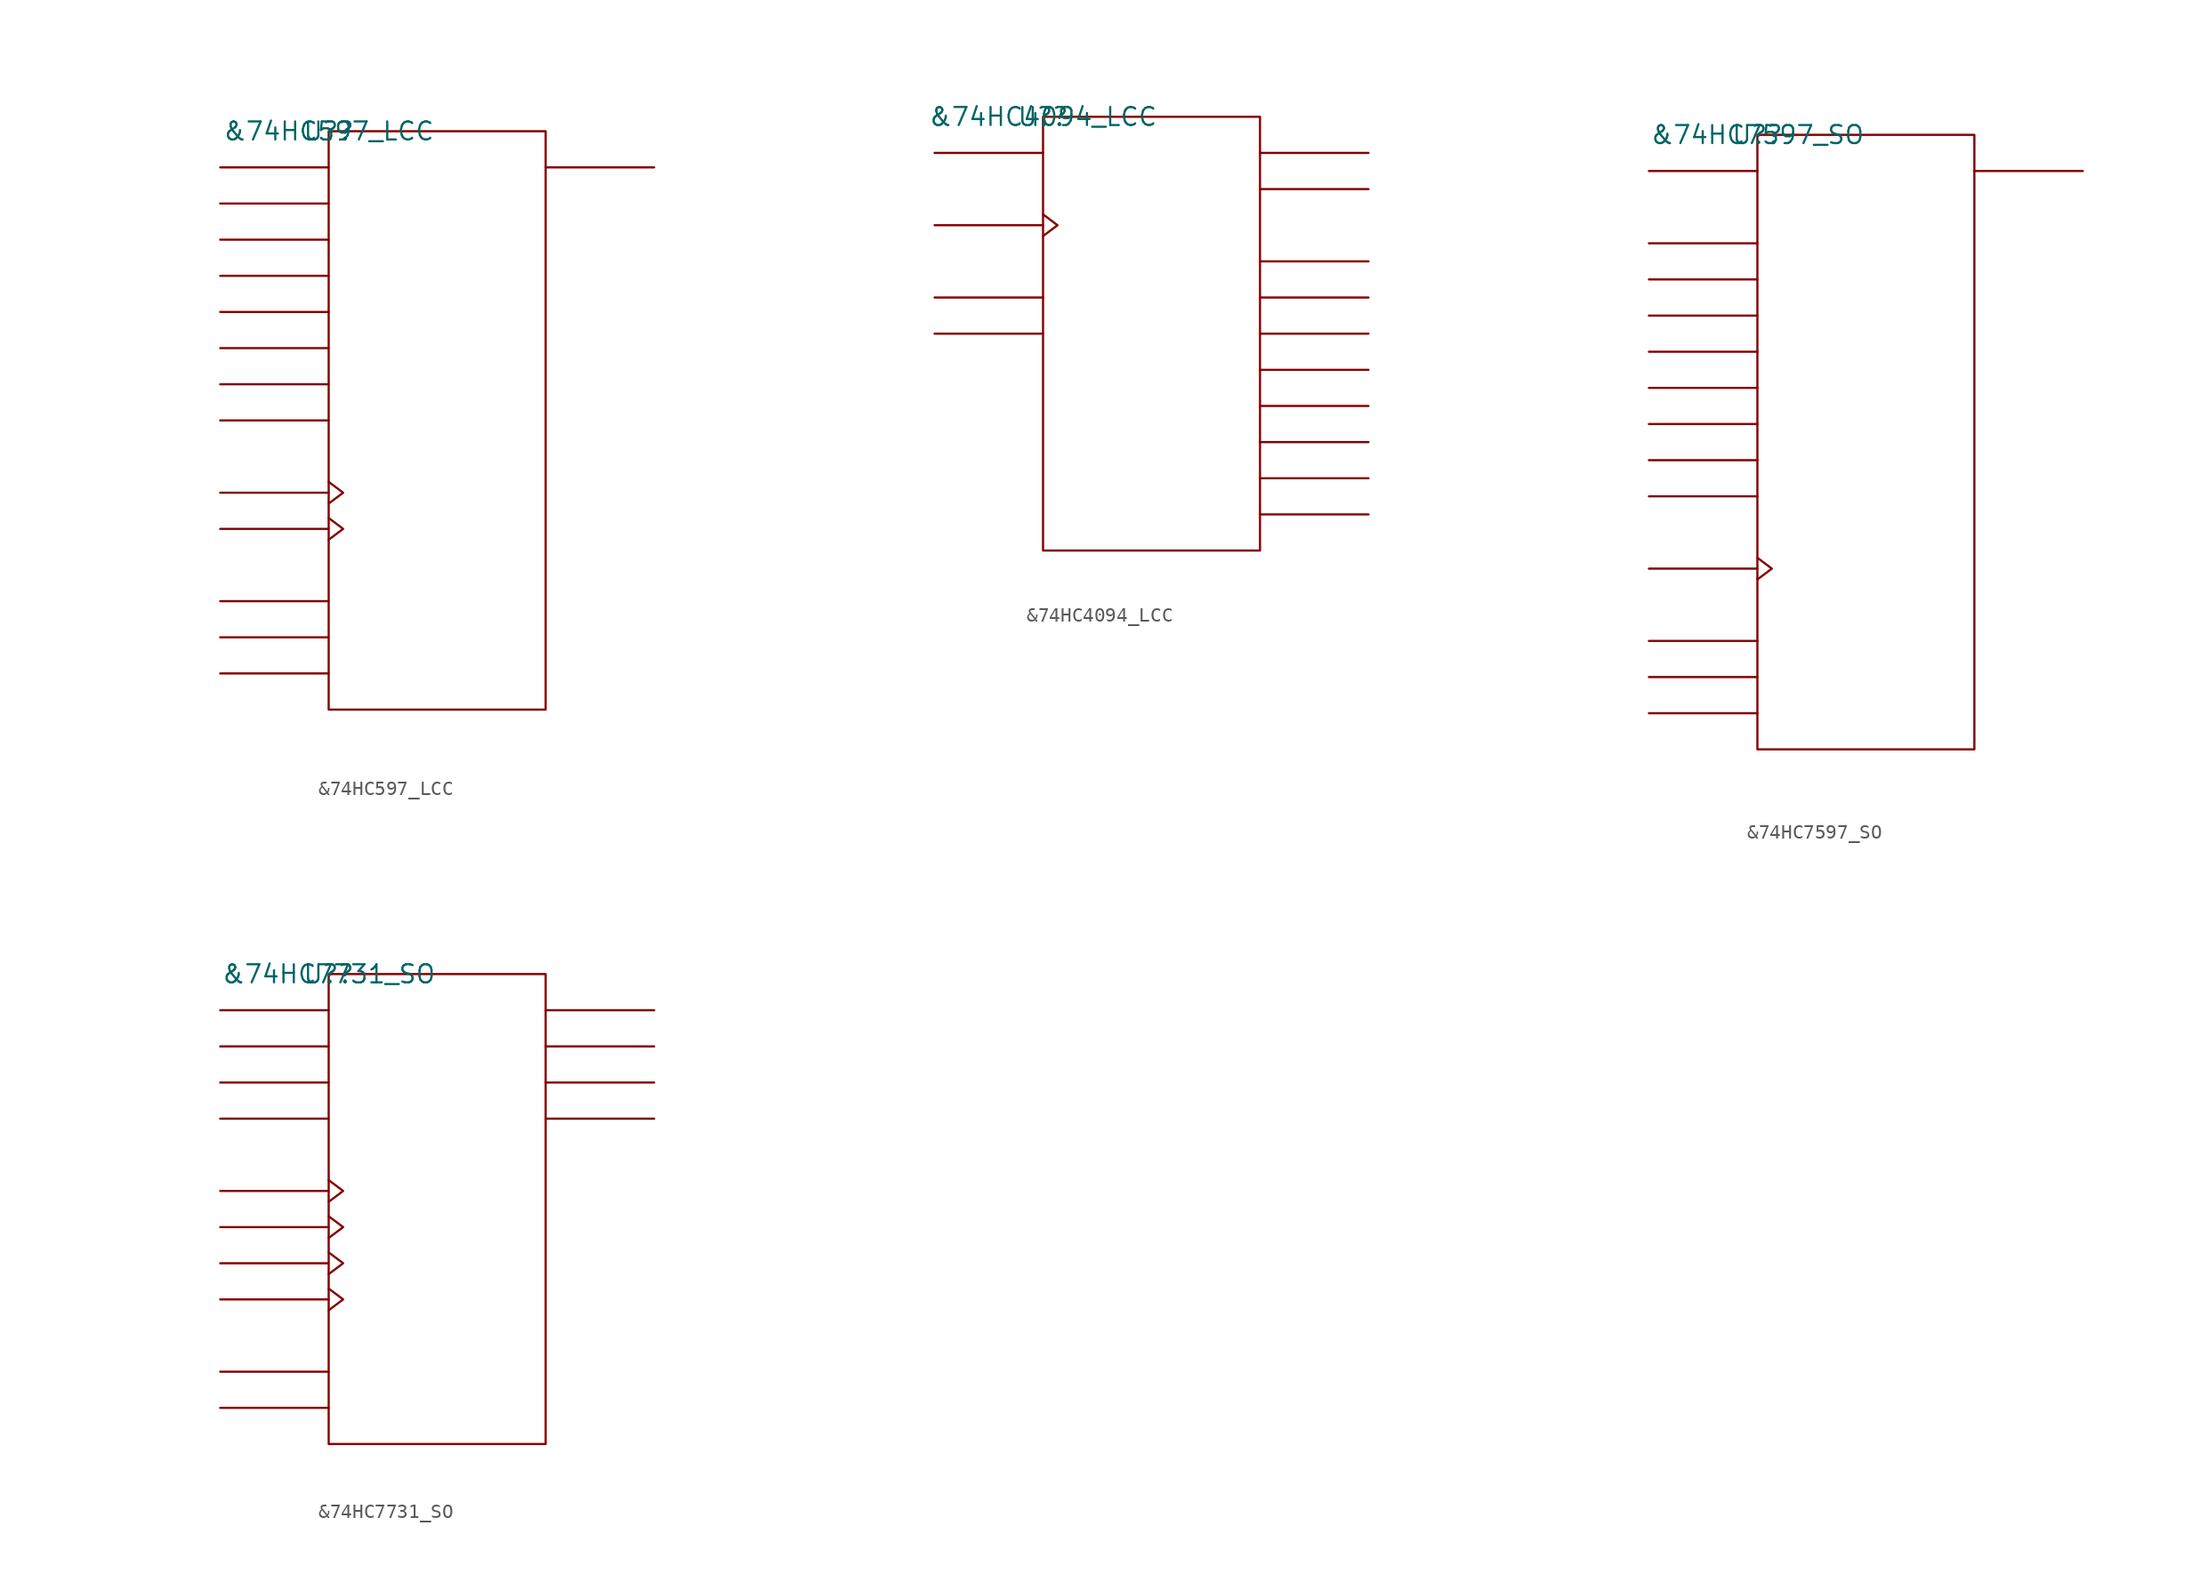
<source format=kicad_sym>
(kicad_symbol_lib
  (version 20211014)
  (generator kicad_symbol_editor)
  (symbol "&74HC597_LCC"
    (pin_names
      (offset 0.762))
    (property "Reference" "U?"
      (at 0 0 0)
      (effects (font (size 1.27 1.27))))
    (property "Value" "&74HC597_LCC"
      (at 0 0 0)
      (effects (font (size 1.27 1.27))))
    (symbol "&74HC597_LCC_0_1"
      (rectangle (start 0 -40.64) (end 15.24 0) (stroke (width 0) (type default) (color 0 0 0 0)) (fill (type none)))
      (polyline (pts (xy 0 -38.1) (xy -7.62 -38.1)) (stroke (width 0) (type default) (color 0 0 0 0)) (fill (type none)))
      (polyline (pts (xy 0 -35.56) (xy -7.62 -35.56)) (stroke (width 0) (type default) (color 0 0 0 0)) (fill (type none)))
      (polyline (pts (xy 0 -33.02) (xy -7.62 -33.02)) (stroke (width 0) (type default) (color 0 0 0 0)) (fill (type none)))
      (polyline (pts (xy 0 -27.94) (xy -7.62 -27.94)) (stroke (width 0) (type default) (color 0 0 0 0)) (fill (type none)))
      (polyline (pts (xy 0 -25.4) (xy -7.62 -25.4)) (stroke (width 0) (type default) (color 0 0 0 0)) (fill (type none)))
      (polyline (pts (xy 0 -20.32) (xy -7.62 -20.32)) (stroke (width 0) (type default) (color 0 0 0 0)) (fill (type none)))
      (polyline (pts (xy 0 -17.78) (xy -7.62 -17.78)) (stroke (width 0) (type default) (color 0 0 0 0)) (fill (type none)))
      (polyline (pts (xy 0 -15.24) (xy -7.62 -15.24)) (stroke (width 0) (type default) (color 0 0 0 0)) (fill (type none)))
      (polyline (pts (xy 0 -12.7) (xy -7.62 -12.7)) (stroke (width 0) (type default) (color 0 0 0 0)) (fill (type none)))
      (polyline (pts (xy 0 -10.16) (xy -7.62 -10.16)) (stroke (width 0) (type default) (color 0 0 0 0)) (fill (type none)))
      (polyline (pts (xy 0 -7.62) (xy -7.62 -7.62)) (stroke (width 0) (type default) (color 0 0 0 0)) (fill (type none)))
      (polyline (pts (xy 0 -5.08) (xy -7.62 -5.08)) (stroke (width 0) (type default) (color 0 0 0 0)) (fill (type none)))
      (polyline (pts (xy 0 -2.54) (xy -7.62 -2.54)) (stroke (width 0) (type default) (color 0 0 0 0)) (fill (type none)))
      (polyline (pts (xy 15.24 -2.54) (xy 22.86 -2.54)) (stroke (width 0) (type default) (color 0 0 0 0)) (fill (type none)))
      (polyline (pts (xy 0 -27.178) (xy 1.016 -27.94) (xy 0 -28.702)) (stroke (width 0) (type default) (color 0 0 0 0)) (fill (type none)))
      (polyline (pts (xy 0 -24.638) (xy 1.016 -25.4) (xy 0 -26.162)) (stroke (width 0) (type default) (color 0 0 0 0)) (fill (type none))))
    (symbol "&74HC597_LCC_1_1"
      (pin power_in line (at 12.7 -40.64 0) (length 7.62) hide (name "GND" (effects (font (size 1.245 1.245)))) (number "10" (effects (font (size 1.245 1.245)))))
      (pin unspecified line (at 22.86 -2.54 180) (length 7.62) hide (name "QH" (effects (font (size 1.245 1.245)))) (number "12" (effects (font (size 1.245 1.245)))))
      (pin unspecified line (at -7.62 -35.56 0) (length 7.62) hide (name "S\\C\\L\\R\\" (effects (font (size 1.245 1.245)))) (number "13" (effects (font (size 1.245 1.245)))))
      (pin unspecified line (at -7.62 -27.94 180) (length 7.62) hide (name "SCLK" (effects (font (size 1.245 1.245)))) (number "14" (effects (font (size 1.245 1.245)))))
      (pin unspecified line (at -7.62 -25.4 180) (length 7.62) hide (name "RCLK" (effects (font (size 1.245 1.245)))) (number "15" (effects (font (size 1.245 1.245)))))
      (pin unspecified line (at -7.62 -38.1 0) (length 7.62) hide (name "S\\L\\O\\A\\D\\" (effects (font (size 1.245 1.245)))) (number "17" (effects (font (size 1.245 1.245)))))
      (pin unspecified line (at -7.62 -33.02 0) (length 7.62) hide (name "S1" (effects (font (size 1.245 1.245)))) (number "18" (effects (font (size 1.245 1.245)))))
      (pin unspecified line (at -7.62 -2.54 0) (length 7.62) hide (name "A" (effects (font (size 1.245 1.245)))) (number "19" (effects (font (size 1.245 1.245)))))
      (pin unspecified line (at -7.62 -5.08 0) (length 7.62) hide (name "B" (effects (font (size 1.245 1.245)))) (number "2" (effects (font (size 1.245 1.245)))))
      (pin power_in line (at 7.62 0 180) (length 7.62) hide (name "VCC" (effects (font (size 1.245 1.245)))) (number "20" (effects (font (size 1.245 1.245)))))
      (pin unspecified line (at -7.62 -7.62 0) (length 7.62) hide (name "C" (effects (font (size 1.245 1.245)))) (number "3" (effects (font (size 1.245 1.245)))))
      (pin unspecified line (at -7.62 -10.16 0) (length 7.62) hide (name "D" (effects (font (size 1.245 1.245)))) (number "4" (effects (font (size 1.245 1.245)))))
      (pin unspecified line (at -7.62 -12.7 0) (length 7.62) hide (name "E" (effects (font (size 1.245 1.245)))) (number "5" (effects (font (size 1.245 1.245)))))
      (pin unspecified line (at -7.62 -15.24 0) (length 7.62) hide (name "F" (effects (font (size 1.245 1.245)))) (number "7" (effects (font (size 1.245 1.245)))))
      (pin unspecified line (at -7.62 -17.78 0) (length 7.62) hide (name "G" (effects (font (size 1.245 1.245)))) (number "8" (effects (font (size 1.245 1.245)))))
      (pin unspecified line (at -7.62 -20.32 0) (length 7.62) hide (name "H" (effects (font (size 1.245 1.245)))) (number "9" (effects (font (size 1.245 1.245)))))))
  (symbol "&74HC4094_LCC"
    (pin_names
      (offset 0.762))
    (property "Reference" "U?"
      (at 0 0 0)
      (effects (font (size 1.27 1.27))))
    (property "Value" "&74HC4094_LCC"
      (at 0 0 0)
      (effects (font (size 1.27 1.27))))
    (symbol "&74HC4094_LCC_0_1"
      (rectangle (start 0 -30.48) (end 15.24 0) (stroke (width 0) (type default) (color 0 0 0 0)) (fill (type none)))
      (polyline (pts (xy 0 -15.24) (xy -7.62 -15.24)) (stroke (width 0) (type default) (color 0 0 0 0)) (fill (type none)))
      (polyline (pts (xy 0 -12.7) (xy -7.62 -12.7)) (stroke (width 0) (type default) (color 0 0 0 0)) (fill (type none)))
      (polyline (pts (xy 0 -7.62) (xy -7.62 -7.62)) (stroke (width 0) (type default) (color 0 0 0 0)) (fill (type none)))
      (polyline (pts (xy 0 -2.54) (xy -7.62 -2.54)) (stroke (width 0) (type default) (color 0 0 0 0)) (fill (type none)))
      (polyline (pts (xy 15.24 -27.94) (xy 22.86 -27.94)) (stroke (width 0) (type default) (color 0 0 0 0)) (fill (type none)))
      (polyline (pts (xy 15.24 -25.4) (xy 22.86 -25.4)) (stroke (width 0) (type default) (color 0 0 0 0)) (fill (type none)))
      (polyline (pts (xy 15.24 -22.86) (xy 22.86 -22.86)) (stroke (width 0) (type default) (color 0 0 0 0)) (fill (type none)))
      (polyline (pts (xy 15.24 -20.32) (xy 22.86 -20.32)) (stroke (width 0) (type default) (color 0 0 0 0)) (fill (type none)))
      (polyline (pts (xy 15.24 -17.78) (xy 22.86 -17.78)) (stroke (width 0) (type default) (color 0 0 0 0)) (fill (type none)))
      (polyline (pts (xy 15.24 -15.24) (xy 22.86 -15.24)) (stroke (width 0) (type default) (color 0 0 0 0)) (fill (type none)))
      (polyline (pts (xy 15.24 -12.7) (xy 22.86 -12.7)) (stroke (width 0) (type default) (color 0 0 0 0)) (fill (type none)))
      (polyline (pts (xy 15.24 -10.16) (xy 22.86 -10.16)) (stroke (width 0) (type default) (color 0 0 0 0)) (fill (type none)))
      (polyline (pts (xy 15.24 -5.08) (xy 22.86 -5.08)) (stroke (width 0) (type default) (color 0 0 0 0)) (fill (type none)))
      (polyline (pts (xy 15.24 -2.54) (xy 22.86 -2.54)) (stroke (width 0) (type default) (color 0 0 0 0)) (fill (type none)))
      (polyline (pts (xy 0 -6.858) (xy 1.016 -7.62) (xy 0 -8.382)) (stroke (width 0) (type default) (color 0 0 0 0)) (fill (type none))))
    (symbol "&74HC4094_LCC_1_1"
      (pin power_in line (at 7.62 -30.48 180) (length 7.62) hide (name "GND" (effects (font (size 1.245 1.245)))) (number "10" (effects (font (size 1.245 1.245)))))
      (pin unspecified line (at 22.86 -2.54 180) (length 7.62) hide (name "QS" (effects (font (size 1.245 1.245)))) (number "12" (effects (font (size 1.245 1.245)))))
      (pin unspecified line (at 22.86 -5.08 180) (length 7.62) hide (name "Q'S" (effects (font (size 1.245 1.245)))) (number "13" (effects (font (size 1.245 1.245)))))
      (pin unspecified line (at 22.86 -27.94 180) (length 7.62) hide (name "Q8" (effects (font (size 1.245 1.245)))) (number "14" (effects (font (size 1.245 1.245)))))
      (pin unspecified line (at 22.86 -25.4 180) (length 7.62) hide (name "Q7" (effects (font (size 1.245 1.245)))) (number "15" (effects (font (size 1.245 1.245)))))
      (pin unspecified line (at 22.86 -22.86 180) (length 7.62) hide (name "Q6" (effects (font (size 1.245 1.245)))) (number "17" (effects (font (size 1.245 1.245)))))
      (pin unspecified line (at 22.86 -20.32 180) (length 7.62) hide (name "Q5" (effects (font (size 1.245 1.245)))) (number "18" (effects (font (size 1.245 1.245)))))
      (pin unspecified line (at -7.62 -12.7 0) (length 7.62) hide (name "OE" (effects (font (size 1.245 1.245)))) (number "19" (effects (font (size 1.245 1.245)))))
      (pin unspecified line (at -7.62 -15.24 0) (length 7.62) hide (name "STB" (effects (font (size 1.245 1.245)))) (number "2" (effects (font (size 1.245 1.245)))))
      (pin power_in line (at 7.62 0 0) (length 7.62) hide (name "VCC" (effects (font (size 1.245 1.245)))) (number "20" (effects (font (size 1.245 1.245)))))
      (pin unspecified line (at -7.62 -2.54 0) (length 7.62) hide (name "SI" (effects (font (size 1.245 1.245)))) (number "3" (effects (font (size 1.245 1.245)))))
      (pin unspecified line (at -7.62 -7.62 180) (length 7.62) hide (name "CLK" (effects (font (size 1.245 1.245)))) (number "4" (effects (font (size 1.245 1.245)))))
      (pin unspecified line (at 22.86 -10.16 180) (length 7.62) hide (name "Q1" (effects (font (size 1.245 1.245)))) (number "5" (effects (font (size 1.245 1.245)))))
      (pin unspecified line (at 22.86 -12.7 180) (length 7.62) hide (name "Q2" (effects (font (size 1.245 1.245)))) (number "7" (effects (font (size 1.245 1.245)))))
      (pin unspecified line (at 22.86 -15.24 180) (length 7.62) hide (name "Q3" (effects (font (size 1.245 1.245)))) (number "8" (effects (font (size 1.245 1.245)))))
      (pin unspecified line (at 22.86 -17.78 180) (length 7.62) hide (name "Q4" (effects (font (size 1.245 1.245)))) (number "9" (effects (font (size 1.245 1.245)))))))
  (symbol "&74HC7597_SO"
    (pin_names
      (offset 0.762))
    (property "Reference" "U?"
      (at 0 0 0)
      (effects (font (size 1.27 1.27))))
    (property "Value" "&74HC7597_SO"
      (at 0 0 0)
      (effects (font (size 1.27 1.27))))
    (symbol "&74HC7597_SO_0_1"
      (rectangle (start 0 -43.18) (end 15.24 0) (stroke (width 0) (type default) (color 0 0 0 0)) (fill (type none)))
      (polyline (pts (xy 0 -40.64) (xy -7.62 -40.64)) (stroke (width 0) (type default) (color 0 0 0 0)) (fill (type none)))
      (polyline (pts (xy 0 -38.1) (xy -7.62 -38.1)) (stroke (width 0) (type default) (color 0 0 0 0)) (fill (type none)))
      (polyline (pts (xy 0 -35.56) (xy -7.62 -35.56)) (stroke (width 0) (type default) (color 0 0 0 0)) (fill (type none)))
      (polyline (pts (xy 0 -30.48) (xy -7.62 -30.48)) (stroke (width 0) (type default) (color 0 0 0 0)) (fill (type none)))
      (polyline (pts (xy 0 -25.4) (xy -7.62 -25.4)) (stroke (width 0) (type default) (color 0 0 0 0)) (fill (type none)))
      (polyline (pts (xy 0 -22.86) (xy -7.62 -22.86)) (stroke (width 0) (type default) (color 0 0 0 0)) (fill (type none)))
      (polyline (pts (xy 0 -20.32) (xy -7.62 -20.32)) (stroke (width 0) (type default) (color 0 0 0 0)) (fill (type none)))
      (polyline (pts (xy 0 -17.78) (xy -7.62 -17.78)) (stroke (width 0) (type default) (color 0 0 0 0)) (fill (type none)))
      (polyline (pts (xy 0 -15.24) (xy -7.62 -15.24)) (stroke (width 0) (type default) (color 0 0 0 0)) (fill (type none)))
      (polyline (pts (xy 0 -12.7) (xy -7.62 -12.7)) (stroke (width 0) (type default) (color 0 0 0 0)) (fill (type none)))
      (polyline (pts (xy 0 -10.16) (xy -7.62 -10.16)) (stroke (width 0) (type default) (color 0 0 0 0)) (fill (type none)))
      (polyline (pts (xy 0 -7.62) (xy -7.62 -7.62)) (stroke (width 0) (type default) (color 0 0 0 0)) (fill (type none)))
      (polyline (pts (xy 0 -2.54) (xy -7.62 -2.54)) (stroke (width 0) (type default) (color 0 0 0 0)) (fill (type none)))
      (polyline (pts (xy 15.24 -2.54) (xy 22.86 -2.54)) (stroke (width 0) (type default) (color 0 0 0 0)) (fill (type none)))
      (polyline (pts (xy 0 -29.718) (xy 1.016 -30.48) (xy 0 -31.242)) (stroke (width 0) (type default) (color 0 0 0 0)) (fill (type none))))
    (symbol "&74HC7597_SO_1_1"
      (pin unspecified line (at -7.62 -10.16 0) (length 7.62) hide (name "D1" (effects (font (size 1.245 1.245)))) (number "1" (effects (font (size 1.245 1.245)))))
      (pin unspecified line (at -7.62 -38.1 0) (length 7.62) hide (name "M\\R\\" (effects (font (size 1.245 1.245)))) (number "10" (effects (font (size 1.245 1.245)))))
      (pin unspecified line (at -7.62 -30.48 180) (length 7.62) hide (name "SHCP" (effects (font (size 1.245 1.245)))) (number "11" (effects (font (size 1.245 1.245)))))
      (pin unspecified line (at -7.62 -35.56 0) (length 7.62) hide (name "L\\E\\" (effects (font (size 1.245 1.245)))) (number "12" (effects (font (size 1.245 1.245)))))
      (pin unspecified line (at -7.62 -40.64 0) (length 7.62) hide (name "P\\L\\" (effects (font (size 1.245 1.245)))) (number "13" (effects (font (size 1.245 1.245)))))
      (pin unspecified line (at -7.62 -2.54 0) (length 7.62) hide (name "SDI" (effects (font (size 1.245 1.245)))) (number "14" (effects (font (size 1.245 1.245)))))
      (pin unspecified line (at -7.62 -7.62 0) (length 7.62) hide (name "D0" (effects (font (size 1.245 1.245)))) (number "15" (effects (font (size 1.245 1.245)))))
      (pin power_in line (at 7.62 0 0) (length 7.62) hide (name "VCC" (effects (font (size 1.245 1.245)))) (number "16" (effects (font (size 1.245 1.245)))))
      (pin unspecified line (at -7.62 -12.7 0) (length 7.62) hide (name "D2" (effects (font (size 1.245 1.245)))) (number "2" (effects (font (size 1.245 1.245)))))
      (pin unspecified line (at -7.62 -15.24 0) (length 7.62) hide (name "D3" (effects (font (size 1.245 1.245)))) (number "3" (effects (font (size 1.245 1.245)))))
      (pin unspecified line (at -7.62 -17.78 0) (length 7.62) hide (name "D4" (effects (font (size 1.245 1.245)))) (number "4" (effects (font (size 1.245 1.245)))))
      (pin unspecified line (at -7.62 -20.32 0) (length 7.62) hide (name "D5" (effects (font (size 1.245 1.245)))) (number "5" (effects (font (size 1.245 1.245)))))
      (pin unspecified line (at -7.62 -22.86 0) (length 7.62) hide (name "D6" (effects (font (size 1.245 1.245)))) (number "6" (effects (font (size 1.245 1.245)))))
      (pin unspecified line (at -7.62 -25.4 0) (length 7.62) hide (name "D7" (effects (font (size 1.245 1.245)))) (number "7" (effects (font (size 1.245 1.245)))))
      (pin power_in line (at 10.16 -43.18 180) (length 7.62) hide (name "GND" (effects (font (size 1.245 1.245)))) (number "8" (effects (font (size 1.245 1.245)))))
      (pin unspecified line (at 22.86 -2.54 180) (length 7.62) hide (name "SDO" (effects (font (size 1.245 1.245)))) (number "9" (effects (font (size 1.245 1.245)))))))
  (symbol "&74HC7731_SO"
    (pin_names
      (offset 0.762))
    (property "Reference" "U?"
      (at 0 0 0)
      (effects (font (size 1.27 1.27))))
    (property "Value" "&74HC7731_SO"
      (at 0 0 0)
      (effects (font (size 1.27 1.27))))
    (symbol "&74HC7731_SO_0_1"
      (rectangle (start 0 -33.02) (end 15.24 0) (stroke (width 0) (type default) (color 0 0 0 0)) (fill (type none)))
      (polyline (pts (xy 0 -30.48) (xy -7.62 -30.48)) (stroke (width 0) (type default) (color 0 0 0 0)) (fill (type none)))
      (polyline (pts (xy 0 -27.94) (xy -7.62 -27.94)) (stroke (width 0) (type default) (color 0 0 0 0)) (fill (type none)))
      (polyline (pts (xy 0 -22.86) (xy -7.62 -22.86)) (stroke (width 0) (type default) (color 0 0 0 0)) (fill (type none)))
      (polyline (pts (xy 0 -20.32) (xy -7.62 -20.32)) (stroke (width 0) (type default) (color 0 0 0 0)) (fill (type none)))
      (polyline (pts (xy 0 -17.78) (xy -7.62 -17.78)) (stroke (width 0) (type default) (color 0 0 0 0)) (fill (type none)))
      (polyline (pts (xy 0 -15.24) (xy -7.62 -15.24)) (stroke (width 0) (type default) (color 0 0 0 0)) (fill (type none)))
      (polyline (pts (xy 0 -10.16) (xy -7.62 -10.16)) (stroke (width 0) (type default) (color 0 0 0 0)) (fill (type none)))
      (polyline (pts (xy 0 -7.62) (xy -7.62 -7.62)) (stroke (width 0) (type default) (color 0 0 0 0)) (fill (type none)))
      (polyline (pts (xy 0 -5.08) (xy -7.62 -5.08)) (stroke (width 0) (type default) (color 0 0 0 0)) (fill (type none)))
      (polyline (pts (xy 0 -2.54) (xy -7.62 -2.54)) (stroke (width 0) (type default) (color 0 0 0 0)) (fill (type none)))
      (polyline (pts (xy 15.24 -10.16) (xy 22.86 -10.16)) (stroke (width 0) (type default) (color 0 0 0 0)) (fill (type none)))
      (polyline (pts (xy 15.24 -7.62) (xy 22.86 -7.62)) (stroke (width 0) (type default) (color 0 0 0 0)) (fill (type none)))
      (polyline (pts (xy 15.24 -5.08) (xy 22.86 -5.08)) (stroke (width 0) (type default) (color 0 0 0 0)) (fill (type none)))
      (polyline (pts (xy 15.24 -2.54) (xy 22.86 -2.54)) (stroke (width 0) (type default) (color 0 0 0 0)) (fill (type none)))
      (polyline (pts (xy 0 -22.098) (xy 1.016 -22.86) (xy 0 -23.622)) (stroke (width 0) (type default) (color 0 0 0 0)) (fill (type none)))
      (polyline (pts (xy 0 -19.558) (xy 1.016 -20.32) (xy 0 -21.082)) (stroke (width 0) (type default) (color 0 0 0 0)) (fill (type none)))
      (polyline (pts (xy 0 -17.018) (xy 1.016 -17.78) (xy 0 -18.542)) (stroke (width 0) (type default) (color 0 0 0 0)) (fill (type none)))
      (polyline (pts (xy 0 -14.478) (xy 1.016 -15.24) (xy 0 -16.002)) (stroke (width 0) (type default) (color 0 0 0 0)) (fill (type none))))
    (symbol "&74HC7731_SO_1_1"
      (pin unspecified line (at 22.86 -2.54 180) (length 7.62) hide (name "QA" (effects (font (size 1.245 1.245)))) (number "1" (effects (font (size 1.245 1.245)))))
      (pin unspecified line (at -7.62 -20.32 180) (length 7.62) hide (name "CPC" (effects (font (size 1.245 1.245)))) (number "10" (effects (font (size 1.245 1.245)))))
      (pin unspecified line (at -7.62 -7.62 0) (length 7.62) hide (name "DC" (effects (font (size 1.245 1.245)))) (number "11" (effects (font (size 1.245 1.245)))))
      (pin unspecified line (at -7.62 -30.48 0) (length 7.62) hide (name "RECCD" (effects (font (size 1.245 1.245)))) (number "12" (effects (font (size 1.245 1.245)))))
      (pin unspecified line (at -7.62 -10.16 0) (length 7.62) hide (name "DD" (effects (font (size 1.245 1.245)))) (number "13" (effects (font (size 1.245 1.245)))))
      (pin unspecified line (at -7.62 -22.86 180) (length 7.62) hide (name "CPD" (effects (font (size 1.245 1.245)))) (number "14" (effects (font (size 1.245 1.245)))))
      (pin unspecified line (at 22.86 -10.16 180) (length 7.62) hide (name "QD" (effects (font (size 1.245 1.245)))) (number "15" (effects (font (size 1.245 1.245)))))
      (pin power_in line (at 7.62 0 0) (length 7.62) hide (name "VCC" (effects (font (size 1.245 1.245)))) (number "16" (effects (font (size 1.245 1.245)))))
      (pin unspecified line (at -7.62 -15.24 180) (length 7.62) hide (name "CPA" (effects (font (size 1.245 1.245)))) (number "2" (effects (font (size 1.245 1.245)))))
      (pin unspecified line (at -7.62 -2.54 0) (length 7.62) hide (name "DA" (effects (font (size 1.245 1.245)))) (number "3" (effects (font (size 1.245 1.245)))))
      (pin unspecified line (at -7.62 -27.94 0) (length 7.62) hide (name "RECAB" (effects (font (size 1.245 1.245)))) (number "4" (effects (font (size 1.245 1.245)))))
      (pin unspecified line (at -7.62 -5.08 0) (length 7.62) hide (name "DB" (effects (font (size 1.245 1.245)))) (number "5" (effects (font (size 1.245 1.245)))))
      (pin unspecified line (at -7.62 -17.78 180) (length 7.62) hide (name "CPB" (effects (font (size 1.245 1.245)))) (number "6" (effects (font (size 1.245 1.245)))))
      (pin unspecified line (at 22.86 -5.08 180) (length 7.62) hide (name "QB" (effects (font (size 1.245 1.245)))) (number "7" (effects (font (size 1.245 1.245)))))
      (pin power_in line (at 12.7 -33.02 0) (length 7.62) hide (name "GND" (effects (font (size 1.245 1.245)))) (number "8" (effects (font (size 1.245 1.245)))))
      (pin unspecified line (at 22.86 -7.62 180) (length 7.62) hide (name "QC" (effects (font (size 1.245 1.245)))) (number "9" (effects (font (size 1.245 1.245))))))))
</source>
